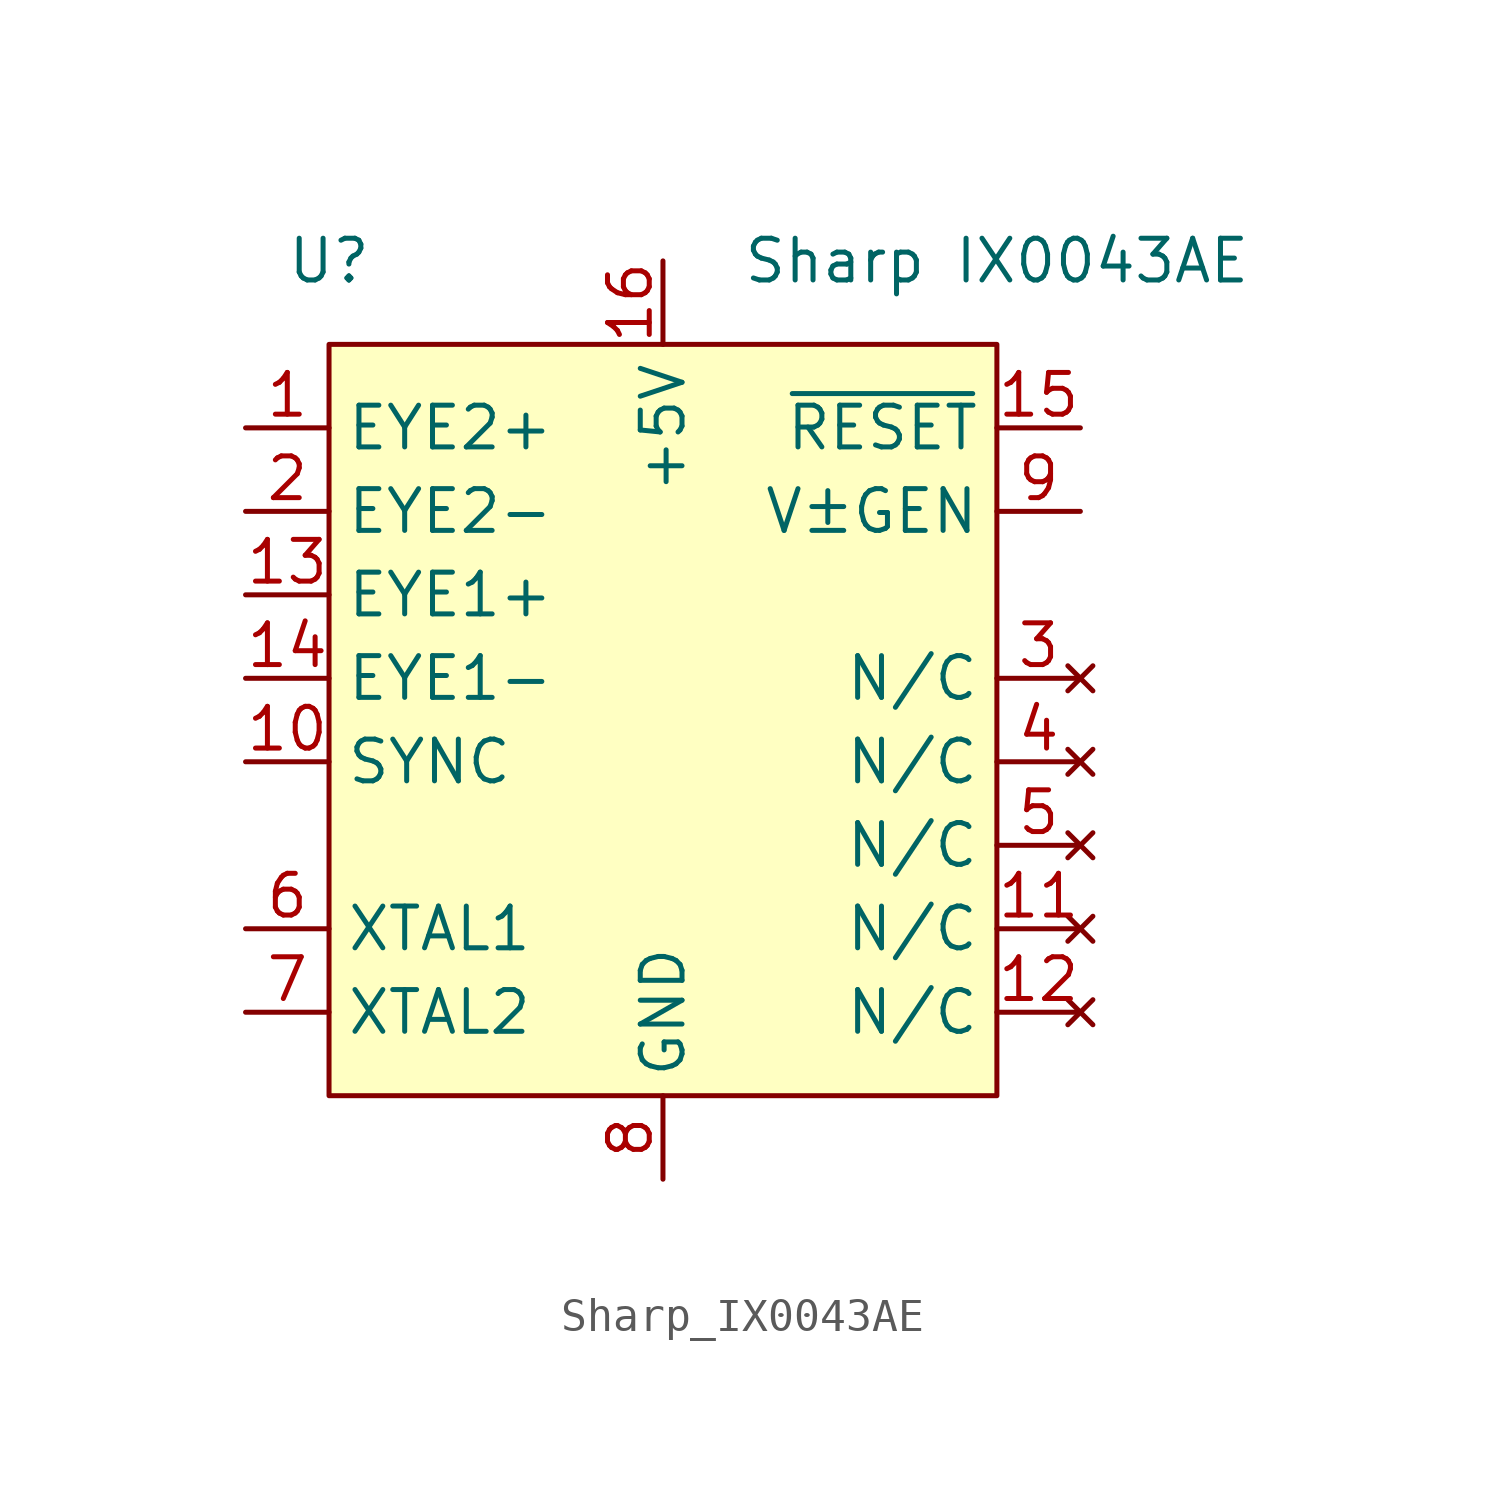
<source format=kicad_sym>
(kicad_symbol_lib
  (version 20241209)
  (generator "kicad_symbol_editor")
  (generator_version "9.0")
  (symbol "Sharp_IX0043AE"
    (property "Reference" "U"
      (at -10.16 2.54 0)
      (effects (font (size 1.27 1.27))))
    (property "Value" "Sharp IX0043AE"
      (at 10.16 2.54 0)
      (effects (font (size 1.27 1.27))))
    (symbol "Sharp_IX0043AE_1_1"
      (rectangle (start -10.16 0) (end 10.16 -22.86) (stroke (width 0) (type solid)) (fill (type color) (color 255 255 194 1)))
      (pin output line (at -12.7 -2.54 0) (length 2.54) (name "EYE2+" (effects (font (size 1.27 1.27)))) (number "1" (effects (font (size 1.27 1.27)))))
      (pin output line (at -12.7 -5.08 0) (length 2.54) (name "EYE2-" (effects (font (size 1.27 1.27)))) (number "2" (effects (font (size 1.27 1.27)))))
      (pin output line (at -12.7 -7.62 0) (length 2.54) (name "EYE1+" (effects (font (size 1.27 1.27)))) (number "13" (effects (font (size 1.27 1.27)))))
      (pin output line (at -12.7 -10.16 0) (length 2.54) (name "EYE1-" (effects (font (size 1.27 1.27)))) (number "14" (effects (font (size 1.27 1.27)))))
      (pin input line (at -12.7 -12.7 0) (length 2.54) (name "SYNC" (effects (font (size 1.27 1.27)))) (number "10" (effects (font (size 1.27 1.27)))))
      (pin input line (at -12.7 -17.78 0) (length 2.54) (name "XTAL1" (effects (font (size 1.27 1.27)))) (number "6" (effects (font (size 1.27 1.27)))))
      (pin input line (at -12.7 -20.32 0) (length 2.54) (name "XTAL2" (effects (font (size 1.27 1.27)))) (number "7" (effects (font (size 1.27 1.27)))))
      (pin power_in line (at 0 2.54 270) (length 2.54) (name "+5V" (effects (font (size 1.27 1.27)))) (number "16" (effects (font (size 1.27 1.27)))))
      (pin power_in line (at 0 -25.4 90) (length 2.54) (name "GND" (effects (font (size 1.27 1.27)))) (number "8" (effects (font (size 1.27 1.27)))))
      (pin input line (at 12.7 -2.54 180) (length 2.54) (name "~{RESET}" (effects (font (size 1.27 1.27)))) (number "15" (effects (font (size 1.27 1.27)))))
      (pin output line (at 12.7 -5.08 180) (length 2.54) (name "V±GEN" (effects (font (size 1.27 1.27)))) (number "9" (effects (font (size 1.27 1.27)))))
      (pin no_connect line (at 12.7 -10.16 180) (length 2.54) (name "N/C" (effects (font (size 1.27 1.27)))) (number "3" (effects (font (size 1.27 1.27)))))
      (pin no_connect line (at 12.7 -12.7 180) (length 2.54) (name "N/C" (effects (font (size 1.27 1.27)))) (number "4" (effects (font (size 1.27 1.27)))))
      (pin no_connect line (at 12.7 -15.24 180) (length 2.54) (name "N/C" (effects (font (size 1.27 1.27)))) (number "5" (effects (font (size 1.27 1.27)))))
      (pin no_connect line (at 12.7 -17.78 180) (length 2.54) (name "N/C" (effects (font (size 1.27 1.27)))) (number "11" (effects (font (size 1.27 1.27)))))
      (pin no_connect line (at 12.7 -20.32 180) (length 2.54) (name "N/C" (effects (font (size 1.27 1.27)))) (number "12" (effects (font (size 1.27 1.27))))))))
</source>
